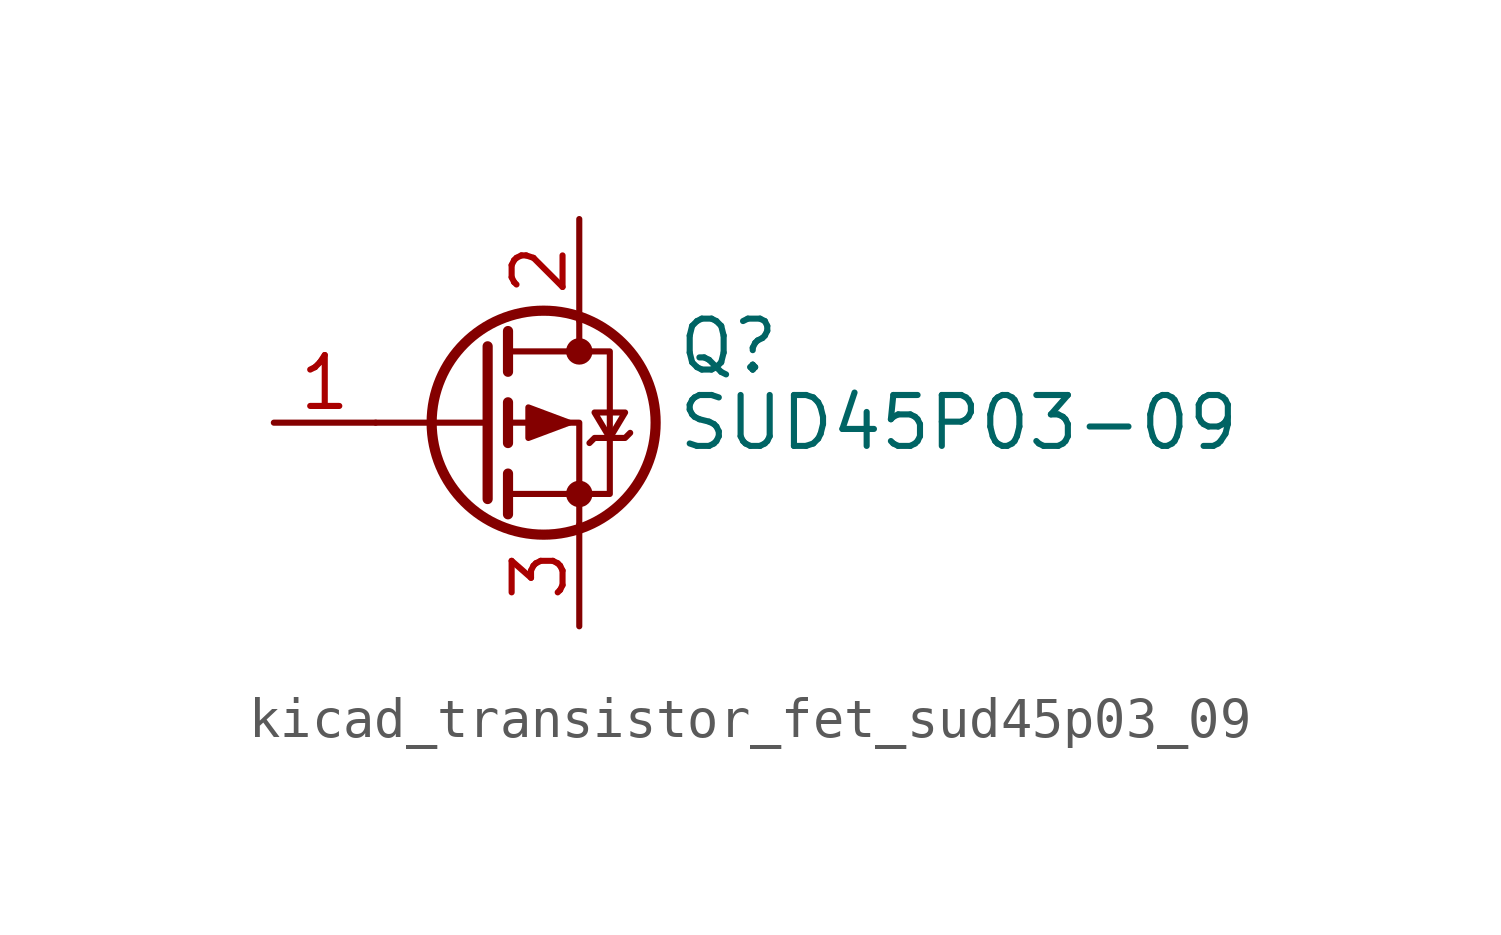
<source format=kicad_sym>
(kicad_symbol_lib
  (version 20220914)
  (generator kicad_symbol_editor)
  (symbol "kicad_transistor_fet_sud45p03_09"
    (pin_names hide)
    (property "Reference" "Q"
      (at 4.953 1.905 0)
      (effects (font (size 1.27 1.27)) (justify left)))
    (property "Value" "SUD45P03-09"
      (at 4.953 0 0)
      (effects (font (size 1.27 1.27)) (justify left)))
    (symbol "kicad_transistor_fet_sud45p03_09_0_1"
      (polyline (pts (xy 0.254 0) (xy -2.54 0)) (stroke (width 0) (type default)) (fill (type none)))
      (polyline (pts (xy 0.254 1.905) (xy 0.254 -1.905)) (stroke (width 0.254) (type default)) (fill (type none)))
      (polyline (pts (xy 0.762 -1.27) (xy 0.762 -2.286)) (stroke (width 0.254) (type default)) (fill (type none)))
      (polyline (pts (xy 0.762 0.508) (xy 0.762 -0.508)) (stroke (width 0.254) (type default)) (fill (type none)))
      (polyline (pts (xy 0.762 2.286) (xy 0.762 1.27)) (stroke (width 0.254) (type default)) (fill (type none)))
      (polyline (pts (xy 2.54 2.54) (xy 2.54 1.778)) (stroke (width 0) (type default)) (fill (type none)))
      (polyline (pts (xy 2.54 -2.54) (xy 2.54 0) (xy 0.762 0)) (stroke (width 0) (type default)) (fill (type none)))
      (polyline (pts (xy 0.762 1.778) (xy 3.302 1.778) (xy 3.302 -1.778) (xy 0.762 -1.778)) (stroke (width 0) (type default)) (fill (type none)))
      (polyline (pts (xy 2.286 0) (xy 1.27 0.381) (xy 1.27 -0.381) (xy 2.286 0)) (stroke (width 0) (type default)) (fill (type outline)))
      (polyline (pts (xy 2.794 -0.508) (xy 2.921 -0.381) (xy 3.683 -0.381) (xy 3.81 -0.254)) (stroke (width 0) (type default)) (fill (type none)))
      (polyline (pts (xy 3.302 -0.381) (xy 2.921 0.254) (xy 3.683 0.254) (xy 3.302 -0.381)) (stroke (width 0) (type default)) (fill (type none)))
      (circle (center 1.651 0) (radius 2.794) (stroke (width 0.254) (type default)) (fill (type none)))
      (circle (center 2.54 -1.778) (radius 0.254) (stroke (width 0) (type default)) (fill (type outline)))
      (circle (center 2.54 1.778) (radius 0.254) (stroke (width 0) (type default)) (fill (type outline))))
    (symbol "kicad_transistor_fet_sud45p03_09_1_1"
      (pin input line (at -5.08 0 0) (length 2.54) (name "G" (effects (font (size 1.27 1.27)))) (number "1" (effects (font (size 1.27 1.27)))))
      (pin passive line (at 2.54 5.08 270) (length 2.54) (name "D" (effects (font (size 1.27 1.27)))) (number "2" (effects (font (size 1.27 1.27)))))
      (pin passive line (at 2.54 -5.08 90) (length 2.54) (name "S" (effects (font (size 1.27 1.27)))) (number "3" (effects (font (size 1.27 1.27))))))))
</source>
